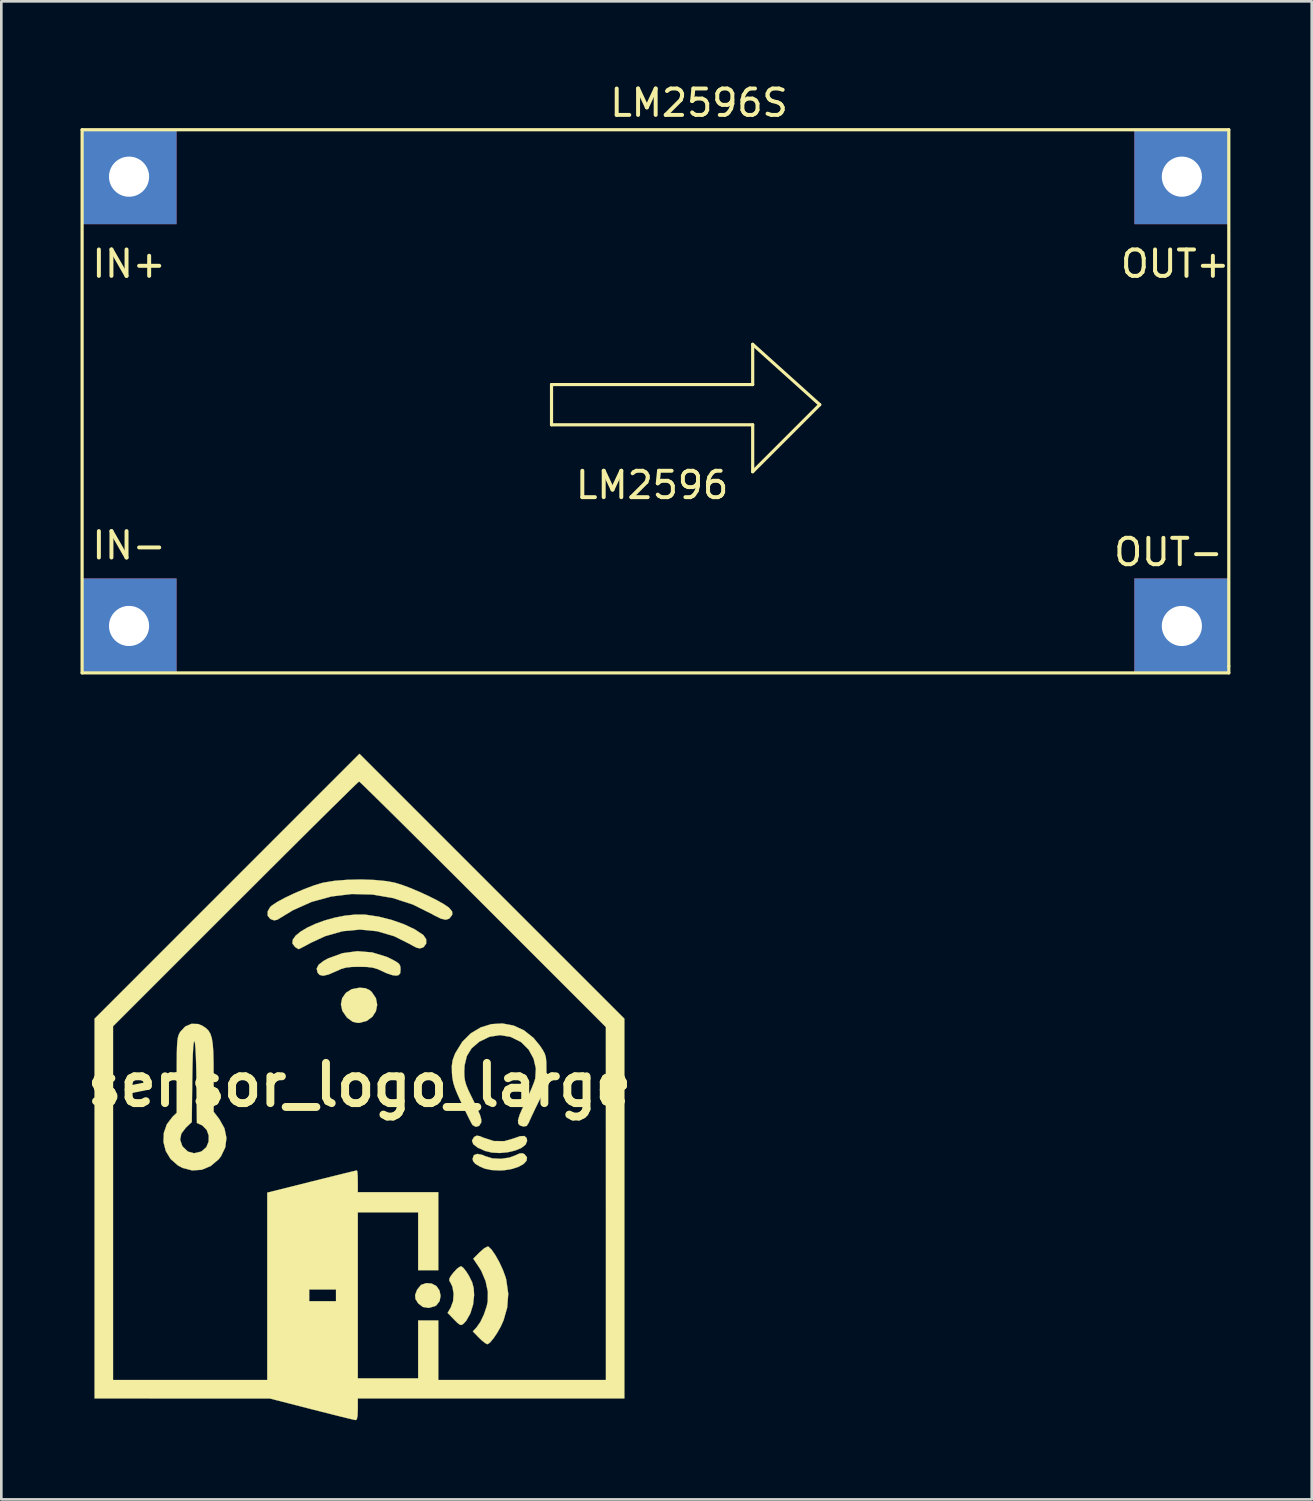
<source format=kicad_pcb>
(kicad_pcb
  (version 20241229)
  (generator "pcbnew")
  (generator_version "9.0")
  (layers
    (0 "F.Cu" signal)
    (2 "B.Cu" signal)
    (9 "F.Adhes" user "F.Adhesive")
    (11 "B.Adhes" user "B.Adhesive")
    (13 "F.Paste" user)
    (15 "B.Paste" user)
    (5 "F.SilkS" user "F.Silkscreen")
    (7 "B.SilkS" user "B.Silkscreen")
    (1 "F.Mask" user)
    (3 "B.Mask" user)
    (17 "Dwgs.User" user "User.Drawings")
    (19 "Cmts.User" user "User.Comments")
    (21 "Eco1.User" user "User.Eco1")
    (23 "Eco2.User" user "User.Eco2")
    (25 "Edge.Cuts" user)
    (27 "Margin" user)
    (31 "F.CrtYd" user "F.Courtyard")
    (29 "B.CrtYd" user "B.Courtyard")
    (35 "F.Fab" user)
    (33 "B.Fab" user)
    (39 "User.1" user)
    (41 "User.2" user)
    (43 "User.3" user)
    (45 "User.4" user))
  (footprint "LM2596S"
    (layer "F.Cu")
    (at 21.65 12.278)
    (property "Reference" "LM2596S" (at 1.778 -11.43 0) (layer "F.SilkS") (effects (font (size 1 1) (thickness 0.15))))
    (attr through_hole)
    (fp_line (start -21.59 -10.414) (end 21.844 -10.414) (stroke (width 0.12) (type solid)) (layer "F.SilkS"))
    (fp_line (start -21.59 10.16) (end -21.59 -10.414) (stroke (width 0.12) (type solid)) (layer "F.SilkS"))
    (fp_line (start -3.81 -0.762) (end -3.81 -0.508) (stroke (width 0.12) (type solid)) (layer "F.SilkS"))
    (fp_line (start -3.81 0.762) (end -3.81 -0.508) (stroke (width 0.12) (type solid)) (layer "F.SilkS"))
    (fp_line (start 3.81 -2.286) (end 6.35 0) (stroke (width 0.12) (type solid)) (layer "F.SilkS"))
    (fp_line (start 3.81 -0.762) (end -3.81 -0.762) (stroke (width 0.12) (type solid)) (layer "F.SilkS"))
    (fp_line (start 3.81 -0.762) (end 3.81 -2.286) (stroke (width 0.12) (type solid)) (layer "F.SilkS"))
    (fp_line (start 3.81 0.762) (end -3.81 0.762) (stroke (width 0.12) (type solid)) (layer "F.SilkS"))
    (fp_line (start 3.81 2.54) (end 3.81 0.762) (stroke (width 0.12) (type solid)) (layer "F.SilkS"))
    (fp_line (start 6.35 0) (end 3.81 2.54) (stroke (width 0.12) (type solid)) (layer "F.SilkS"))
    (fp_line (start 21.844 -10.414) (end 21.844 9.906) (stroke (width 0.12) (type solid)) (layer "F.SilkS"))
    (fp_line (start 21.844 9.906) (end 21.844 10.16) (stroke (width 0.12) (type solid)) (layer "F.SilkS"))
    (fp_line (start 21.844 10.16) (end -21.59 10.16) (stroke (width 0.12) (type solid)) (layer "F.SilkS"))
    (fp_text user "OUT+" (at 19.812 -5.334 0) (layer "F.SilkS") (effects (font (size 1 1) (thickness 0.15))))
    (fp_text user "IN-" (at -19.812 5.334 0) (layer "F.SilkS") (effects (font (size 1 1) (thickness 0.15))))
    (fp_text user "OUT-" (at 19.558 5.588 0) (layer "F.SilkS") (effects (font (size 1 1) (thickness 0.15))))
    (fp_text user "LM2596" (at 0 3.048 0) (layer "F.SilkS") (effects (font (size 1 1) (thickness 0.15))))
    (fp_text user "IN+" (at -19.812 -5.334 0) (layer "F.SilkS") (effects (font (size 1 1) (thickness 0.15))))
    (pad "1" thru_hole rect (at -19.812 -8.636) (size 3.6 3.6) (drill 1.52) (layers "*.Cu" "*.Mask"))
    (pad "2" thru_hole rect (at -19.812 8.382) (size 3.6 3.6) (drill 1.52) (layers "*.Cu" "*.Mask"))
    (pad "3" thru_hole rect (at 20.066 8.382) (size 3.6 3.6) (drill 1.52) (layers "*.Cu" "*.Mask"))
    (pad "4" thru_hole rect (at 20.066 -8.636) (size 3.6 3.6) (drill 1.52) (layers "*.Cu" "*.Mask")))
  (footprint "sensor_logo_large"
    (layer "F.Cu")
    (at 10.566 38.044)
    (property "Reference" "sensor_logo_large" (at 0 0 0) (layer "F.SilkS") (effects (font (size 1.524 1.524) (thickness 0.3))))
    (attr through_hole)
    (fp_poly (pts (xy 2.738 7.526) (xy 2.917 7.621) (xy 3.031 7.788) (xy 3.072 7.99) (xy 3.035 8.189) (xy 2.914 8.346) (xy 2.865 8.378) (xy 2.627 8.447) (xy 2.401 8.41) (xy 2.227 8.278) (xy 2.122 8.111) (xy 2.107 7.96) (xy 2.178 7.771) (xy 2.19 7.748) (xy 2.333 7.574) (xy 2.532 7.507) (xy 2.738 7.526)) (stroke (width 0.01) (type solid)) (fill yes) (layer "F.SilkS"))
    (fp_poly (pts (xy 0.226 -3.663) (xy 0.381 -3.592) (xy 0.464 -3.52) (xy 0.622 -3.287) (xy 0.671 -3.036) (xy 0.623 -2.793) (xy 0.488 -2.581) (xy 0.279 -2.426) (xy 0.005 -2.352) (xy -0.067 -2.349) (xy -0.255 -2.392) (xy -0.449 -2.532) (xy -0.483 -2.565) (xy -0.648 -2.804) (xy -0.702 -3.053) (xy -0.654 -3.288) (xy -0.515 -3.487) (xy -0.295 -3.626) (xy -0.004 -3.681) (xy 0.007 -3.682) (xy 0.226 -3.663)) (stroke (width 0.01) (type solid)) (fill yes) (layer "F.SilkS"))
    (fp_poly (pts (xy 4.556 1.94) (xy 4.682 1.994) (xy 5.087 2.126) (xy 5.487 2.13) (xy 5.828 2.032) (xy 6.082 1.943) (xy 6.247 1.935) (xy 6.333 2.012) (xy 6.35 2.12) (xy 6.291 2.262) (xy 6.132 2.386) (xy 5.899 2.484) (xy 5.617 2.55) (xy 5.313 2.579) (xy 5.013 2.562) (xy 4.763 2.503) (xy 4.478 2.376) (xy 4.31 2.244) (xy 4.261 2.11) (xy 4.336 1.98) (xy 4.353 1.966) (xy 4.44 1.922) (xy 4.556 1.94)) (stroke (width 0.01) (type solid)) (fill yes) (layer "F.SilkS"))
    (fp_poly (pts (xy 6.253 2.626) (xy 6.346 2.745) (xy 6.329 2.87) (xy 6.218 2.992) (xy 6.03 3.099) (xy 5.78 3.182) (xy 5.485 3.231) (xy 5.302 3.239) (xy 4.99 3.223) (xy 4.747 3.171) (xy 4.57 3.096) (xy 4.389 2.989) (xy 4.304 2.889) (xy 4.286 2.794) (xy 4.333 2.661) (xy 4.461 2.612) (xy 4.655 2.651) (xy 4.764 2.699) (xy 5.033 2.782) (xy 5.356 2.799) (xy 5.679 2.752) (xy 5.891 2.674) (xy 6.062 2.598) (xy 6.172 2.587) (xy 6.253 2.626)) (stroke (width 0.01) (type solid)) (fill yes) (layer "F.SilkS"))
    (fp_poly (pts (xy 3.938 6.933) (xy 4.049 7.075) (xy 4.148 7.233) (xy 4.269 7.479) (xy 4.327 7.701) (xy 4.342 7.967) (xy 4.303 8.32) (xy 4.199 8.657) (xy 4.043 8.933) (xy 3.947 9.039) (xy 3.876 9.091) (xy 3.806 9.085) (xy 3.708 9.01) (xy 3.586 8.889) (xy 3.339 8.635) (xy 3.457 8.434) (xy 3.546 8.191) (xy 3.567 7.909) (xy 3.522 7.646) (xy 3.463 7.52) (xy 3.407 7.42) (xy 3.404 7.337) (xy 3.466 7.23) (xy 3.561 7.106) (xy 3.693 6.964) (xy 3.811 6.881) (xy 3.858 6.871) (xy 3.938 6.933)) (stroke (width 0.01) (type solid)) (fill yes) (layer "F.SilkS"))
    (fp_poly (pts (xy 0.48 -5.019) (xy 1.025 -4.853) (xy 1.185 -4.778) (xy 1.386 -4.671) (xy 1.498 -4.588) (xy 1.545 -4.5) (xy 1.556 -4.38) (xy 1.556 -4.375) (xy 1.541 -4.224) (xy 1.478 -4.158) (xy 1.393 -4.14) (xy 1.248 -4.158) (xy 1.046 -4.224) (xy 0.885 -4.297) (xy 0.686 -4.388) (xy 0.503 -4.442) (xy 0.287 -4.468) (xy 0 -4.475) (xy -0.293 -4.469) (xy -0.508 -4.445) (xy -0.694 -4.392) (xy -0.895 -4.302) (xy -1.178 -4.18) (xy -1.378 -4.135) (xy -1.513 -4.168) (xy -1.587 -4.255) (xy -1.621 -4.407) (xy -1.547 -4.552) (xy -1.358 -4.698) (xy -1.181 -4.794) (xy -0.641 -4.99) (xy -0.081 -5.065) (xy 0.48 -5.019)) (stroke (width 0.01) (type solid)) (fill yes) (layer "F.SilkS"))
    (fp_poly (pts (xy 4.889 6.127) (xy 5.008 6.246) (xy 5.15 6.452) (xy 5.296 6.713) (xy 5.428 6.996) (xy 5.529 7.268) (xy 5.558 7.371) (xy 5.635 7.908) (xy 5.595 8.432) (xy 5.457 8.917) (xy 5.355 9.145) (xy 5.222 9.382) (xy 5.08 9.595) (xy 4.949 9.753) (xy 4.855 9.822) (xy 4.779 9.792) (xy 4.649 9.692) (xy 4.542 9.59) (xy 4.294 9.336) (xy 4.43 9.192) (xy 4.578 8.981) (xy 4.715 8.695) (xy 4.82 8.382) (xy 4.857 8.21) (xy 4.863 7.835) (xy 4.778 7.431) (xy 4.614 7.044) (xy 4.532 6.91) (xy 4.311 6.581) (xy 4.562 6.33) (xy 4.728 6.185) (xy 4.85 6.123) (xy 4.889 6.127)) (stroke (width 0.01) (type solid)) (fill yes) (layer "F.SilkS"))
    (fp_poly (pts (xy 0.197 -6.45) (xy 0.254 -6.445) (xy 0.736 -6.372) (xy 1.223 -6.248) (xy 1.685 -6.086) (xy 2.087 -5.896) (xy 2.399 -5.691) (xy 2.429 -5.665) (xy 2.527 -5.515) (xy 2.527 -5.353) (xy 2.433 -5.224) (xy 2.391 -5.2) (xy 2.285 -5.172) (xy 2.167 -5.196) (xy 1.998 -5.283) (xy 1.931 -5.324) (xy 1.311 -5.634) (xy 0.67 -5.821) (xy 0.017 -5.884) (xy -0.641 -5.822) (xy -1.297 -5.635) (xy -1.823 -5.393) (xy -2.036 -5.278) (xy -2.202 -5.191) (xy -2.294 -5.146) (xy -2.303 -5.144) (xy -2.365 -5.176) (xy -2.439 -5.226) (xy -2.539 -5.354) (xy -2.528 -5.497) (xy -2.421 -5.65) (xy -2.231 -5.807) (xy -1.974 -5.96) (xy -1.663 -6.103) (xy -1.313 -6.231) (xy -0.937 -6.335) (xy -0.551 -6.411) (xy -0.168 -6.451) (xy 0.197 -6.45)) (stroke (width 0.01) (type solid)) (fill yes) (layer "F.SilkS"))
    (fp_poly (pts (xy 0.568 -7.763) (xy 1.029 -7.718) (xy 1.333 -7.661) (xy 1.595 -7.582) (xy 1.913 -7.463) (xy 2.259 -7.318) (xy 2.606 -7.159) (xy 2.925 -6.999) (xy 3.189 -6.851) (xy 3.371 -6.728) (xy 3.407 -6.695) (xy 3.508 -6.57) (xy 3.517 -6.468) (xy 3.495 -6.418) (xy 3.398 -6.297) (xy 3.268 -6.257) (xy 3.085 -6.298) (xy 2.831 -6.423) (xy 2.745 -6.473) (xy 2.022 -6.833) (xy 1.265 -7.079) (xy 0.489 -7.212) (xy -0.292 -7.231) (xy -1.064 -7.138) (xy -1.813 -6.933) (xy -2.525 -6.615) (xy -2.953 -6.354) (xy -3.117 -6.255) (xy -3.236 -6.233) (xy -3.359 -6.279) (xy -3.381 -6.292) (xy -3.478 -6.409) (xy -3.478 -6.568) (xy -3.386 -6.732) (xy -3.318 -6.796) (xy -3.108 -6.934) (xy -2.811 -7.094) (xy -2.461 -7.26) (xy -2.092 -7.417) (xy -1.738 -7.551) (xy -1.433 -7.645) (xy -1.365 -7.662) (xy -0.951 -7.73) (xy -0.463 -7.769) (xy 0.057 -7.781) (xy 0.568 -7.763)) (stroke (width 0.01) (type solid)) (fill yes) (layer "F.SilkS"))
    (fp_poly (pts (xy -6.11 -2.307) (xy -5.958 -2.245) (xy -5.825 -2.159) (xy -5.723 -2.062) (xy -5.647 -1.937) (xy -5.593 -1.768) (xy -5.557 -1.538) (xy -5.536 -1.23) (xy -5.527 -0.828) (xy -5.525 -0.334) (xy -5.524 1.015) (xy -5.308 1.298) (xy -5.114 1.644) (xy -5.039 2.006) (xy -5.083 2.364) (xy -5.244 2.701) (xy -5.337 2.82) (xy -5.636 3.073) (xy -5.976 3.214) (xy -6.338 3.238) (xy -6.701 3.143) (xy -6.881 3.047) (xy -7.155 2.805) (xy -7.337 2.503) (xy -7.423 2.166) (xy -7.42 2.073) (xy -6.794 2.073) (xy -6.716 2.304) (xy -6.692 2.34) (xy -6.5 2.524) (xy -6.269 2.588) (xy -6.012 2.529) (xy -5.973 2.51) (xy -5.801 2.359) (xy -5.714 2.149) (xy -5.709 1.919) (xy -5.786 1.705) (xy -5.944 1.543) (xy -5.996 1.514) (xy -6.157 1.441) (xy -6.174 -0.105) (xy -6.182 -0.615) (xy -6.194 -1.035) (xy -6.21 -1.355) (xy -6.229 -1.567) (xy -6.25 -1.662) (xy -6.255 -1.667) (xy -6.277 -1.61) (xy -6.297 -1.432) (xy -6.313 -1.137) (xy -6.325 -0.731) (xy -6.334 -0.219) (xy -6.335 -0.138) (xy -6.352 1.408) (xy -6.573 1.616) (xy -6.747 1.842) (xy -6.794 2.073) (xy -7.42 2.073) (xy -7.411 1.82) (xy -7.297 1.492) (xy -7.08 1.206) (xy -7.077 1.203) (xy -6.922 1.057) (xy -6.922 -0.369) (xy -6.921 -0.834) (xy -6.918 -1.19) (xy -6.911 -1.455) (xy -6.899 -1.646) (xy -6.88 -1.783) (xy -6.853 -1.882) (xy -6.817 -1.961) (xy -6.79 -2.007) (xy -6.601 -2.212) (xy -6.364 -2.314) (xy -6.11 -2.307)) (stroke (width 0.01) (type solid)) (fill yes) (layer "F.SilkS"))
    (fp_poly (pts (xy 5.832 -2.25) (xy 6.229 -2.069) (xy 6.589 -1.783) (xy 6.827 -1.496) (xy 6.946 -1.318) (xy 7.02 -1.179) (xy 7.06 -1.04) (xy 7.077 -0.861) (xy 7.08 -0.602) (xy 7.08 -0.542) (xy 7.078 -0.275) (xy 7.063 -0.077) (xy 7.027 0.094) (xy 6.957 0.278) (xy 6.845 0.517) (xy 6.781 0.647) (xy 6.649 0.916) (xy 6.533 1.161) (xy 6.447 1.347) (xy 6.416 1.423) (xy 6.335 1.552) (xy 6.215 1.576) (xy 6.214 1.576) (xy 6.083 1.539) (xy 6.013 1.466) (xy 6.005 1.34) (xy 6.061 1.145) (xy 6.181 0.867) (xy 6.273 0.676) (xy 6.411 0.384) (xy 6.531 0.107) (xy 6.62 -0.121) (xy 6.659 -0.247) (xy 6.682 -0.624) (xy 6.594 -0.997) (xy 6.409 -1.336) (xy 6.14 -1.606) (xy 6.101 -1.634) (xy 5.719 -1.822) (xy 5.323 -1.886) (xy 4.927 -1.825) (xy 4.545 -1.641) (xy 4.531 -1.631) (xy 4.246 -1.385) (xy 4.066 -1.094) (xy 3.98 -0.735) (xy 3.969 -0.508) (xy 3.974 -0.318) (xy 3.997 -0.154) (xy 4.048 0.017) (xy 4.136 0.227) (xy 4.273 0.508) (xy 4.31 0.583) (xy 4.467 0.906) (xy 4.565 1.139) (xy 4.611 1.302) (xy 4.613 1.414) (xy 4.611 1.424) (xy 4.531 1.551) (xy 4.408 1.588) (xy 4.288 1.523) (xy 4.276 1.508) (xy 4.227 1.423) (xy 4.137 1.247) (xy 4.019 1.006) (xy 3.883 0.726) (xy 3.872 0.702) (xy 3.719 0.368) (xy 3.615 0.113) (xy 3.551 -0.096) (xy 3.516 -0.292) (xy 3.503 -0.452) (xy 3.498 -0.723) (xy 3.528 -0.932) (xy 3.604 -1.144) (xy 3.638 -1.217) (xy 3.895 -1.634) (xy 4.218 -1.955) (xy 4.591 -2.178) (xy 4.996 -2.303) (xy 5.415 -2.327) (xy 5.832 -2.25)) (stroke (width 0.01) (type solid)) (fill yes) (layer "F.SilkS"))
    (fp_poly (pts (xy 5.016 -7.525) (xy 10.033 -2.509) (xy 10.033 11.874) (xy -0.064 11.874) (xy -0.064 12.287) (xy -0.073 12.533) (xy -0.101 12.664) (xy -0.143 12.695) (xy -0.224 12.679) (xy -0.41 12.635) (xy -0.685 12.568) (xy -1.031 12.481) (xy -1.431 12.38) (xy -1.81 12.284) (xy -3.397 11.877) (xy -6.715 11.876) (xy -10.033 11.874) (xy -10.033 -2.22) (xy -9.335 -2.22) (xy -9.335 11.176) (xy -3.493 11.176) (xy -3.493 7.747) (xy -1.905 7.747) (xy -1.905 8.191) (xy -0.889 8.191) (xy -0.889 7.747) (xy -1.905 7.747) (xy -3.493 7.747) (xy -3.493 7.628) (xy -3.493 4.08) (xy -1.811 3.659) (xy -1.368 3.549) (xy -0.966 3.449) (xy -0.622 3.364) (xy -0.352 3.298) (xy -0.171 3.255) (xy -0.097 3.239) (xy -0.096 3.239) (xy -0.079 3.296) (xy -0.068 3.448) (xy -0.064 3.651) (xy -0.064 4.064) (xy 2.985 4.064) (xy 2.985 7.017) (xy 2.223 7.017) (xy 2.223 4.826) (xy -0.064 4.826) (xy -0.064 11.113) (xy 2.223 11.113) (xy 2.223 8.922) (xy 2.985 8.922) (xy 2.985 11.176) (xy 9.335 11.176) (xy 9.335 4.493) (xy 9.334 -2.19) (xy 4.683 -6.842) (xy 4.044 -7.48) (xy 3.431 -8.093) (xy 2.848 -8.674) (xy 2.302 -9.217) (xy 1.8 -9.716) (xy 1.346 -10.166) (xy 0.947 -10.56) (xy 0.609 -10.893) (xy 0.338 -11.158) (xy 0.14 -11.351) (xy 0.02 -11.464) (xy -0.015 -11.494) (xy -0.065 -11.45) (xy -0.199 -11.322) (xy -0.411 -11.116) (xy -0.694 -10.837) (xy -1.044 -10.493) (xy -1.453 -10.089) (xy -1.916 -9.63) (xy -2.426 -9.122) (xy -2.979 -8.572) (xy -3.567 -7.986) (xy -4.185 -7.369) (xy -4.698 -6.857) (xy -9.335 -2.22) (xy -10.033 -2.22) (xy -10.033 -2.509) (xy -5.016 -7.525) (xy 0 -12.541) (xy 5.016 -7.525)) (stroke (width 0.01) (type solid)) (fill yes) (layer "F.SilkS")))
  (gr_rect
    (start -3 -3)
    (end 46.635 53.744)
    (stroke (width 0.1) (type default))
    (fill no)
    (layer "Edge.Cuts")))
</source>
